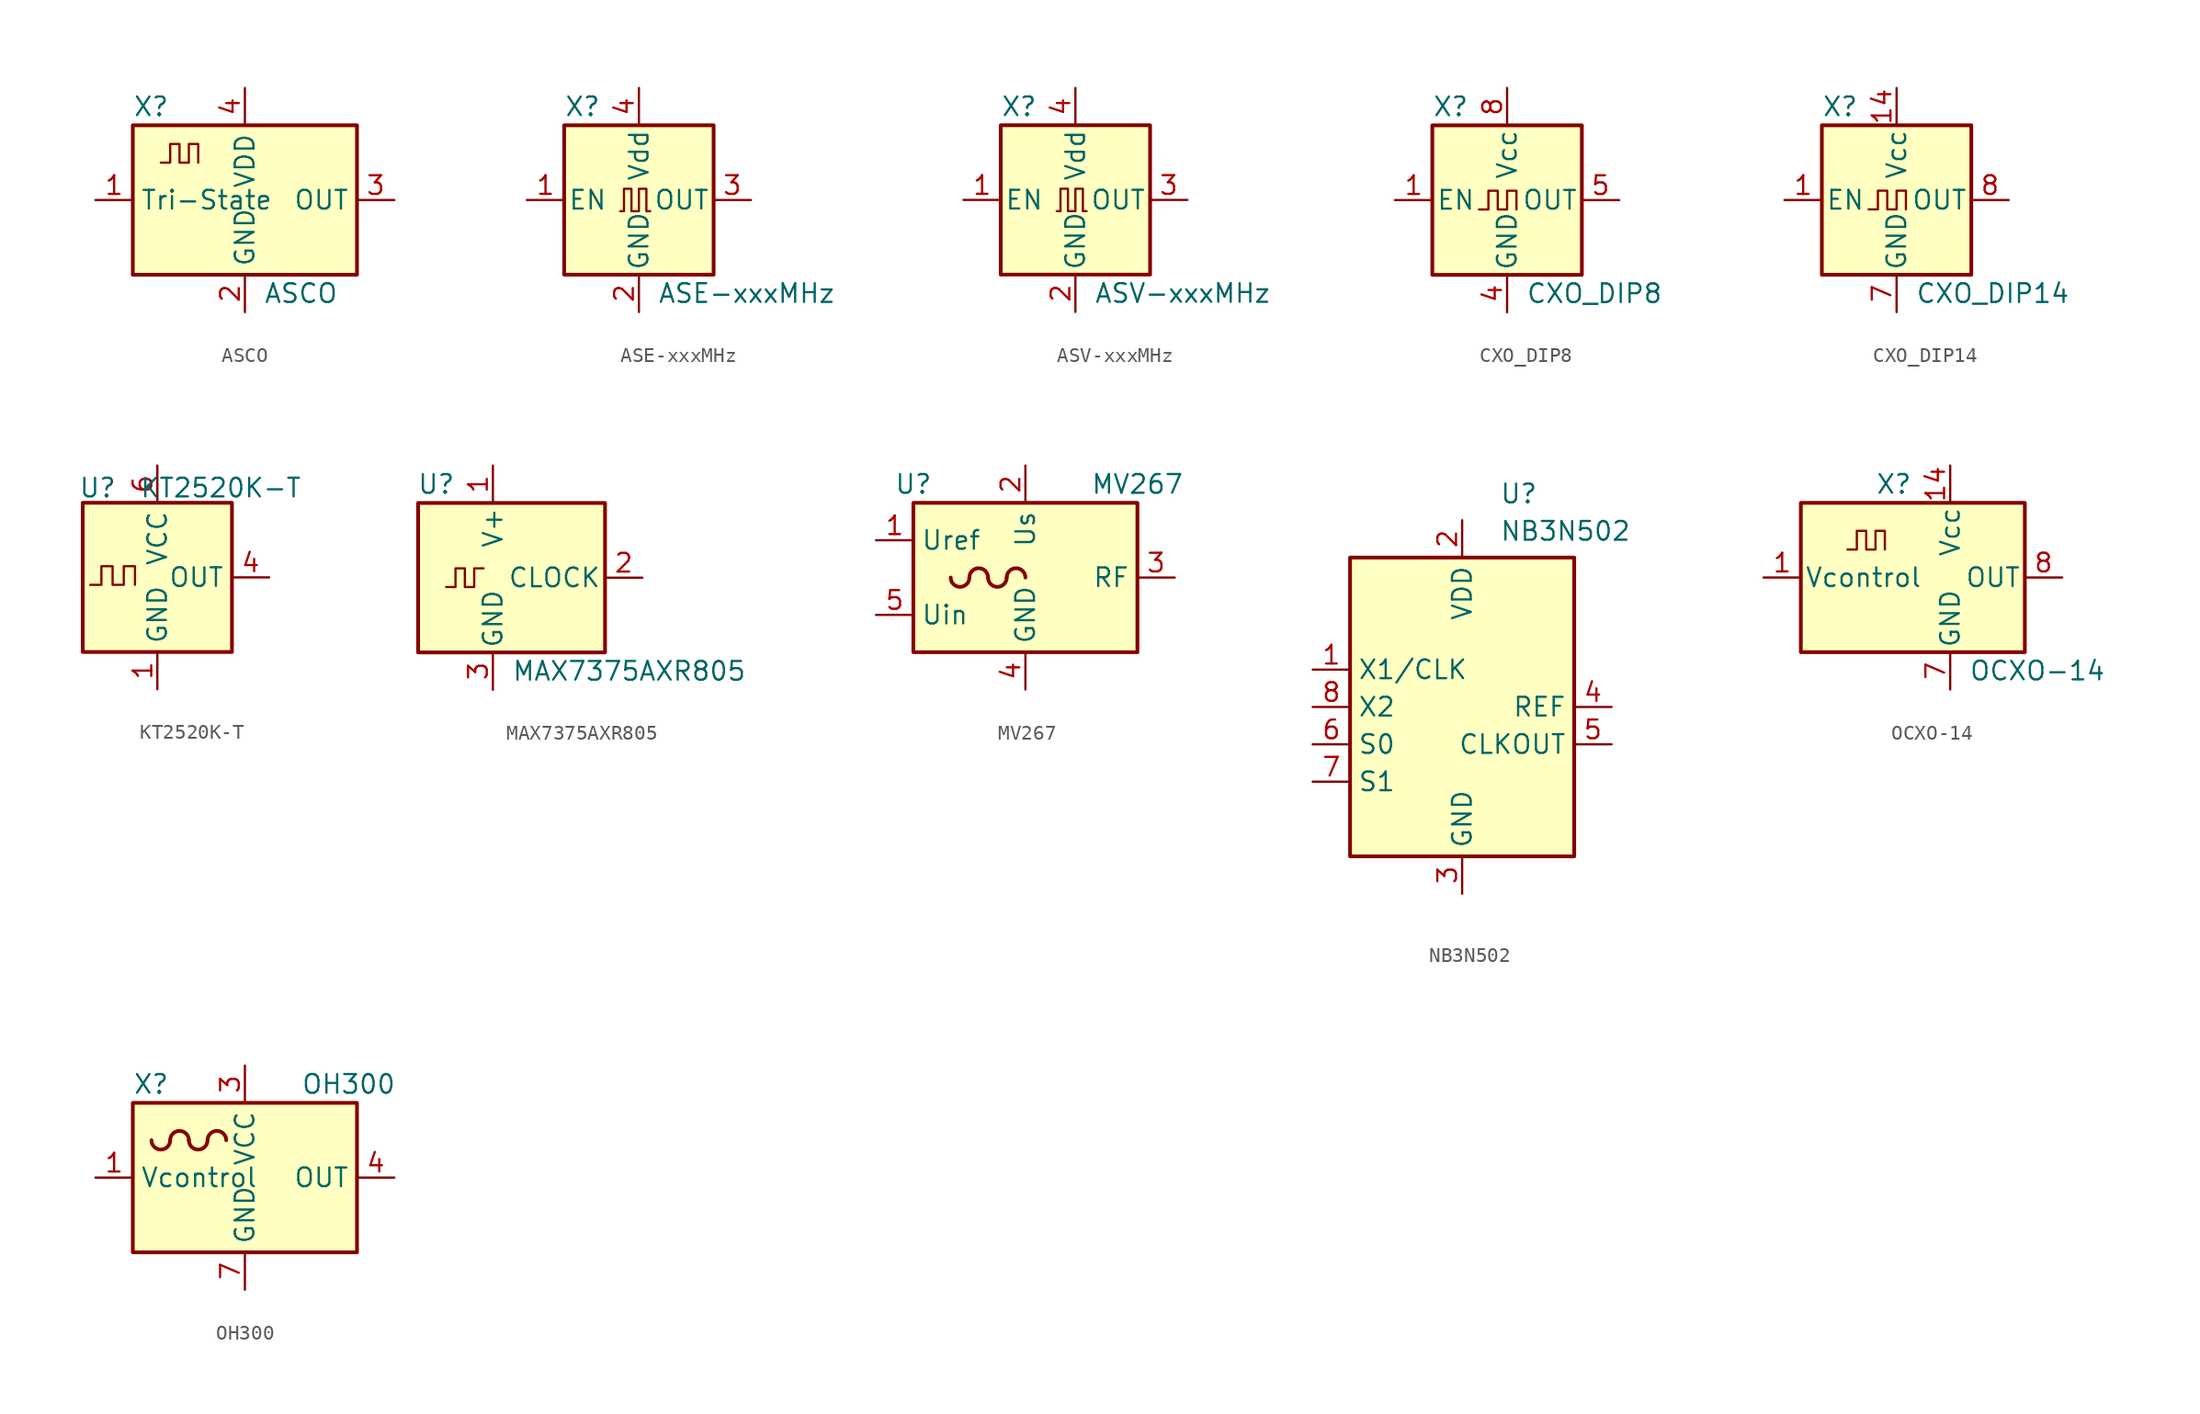
<source format=kicad_sym>
(kicad_symbol_lib
  (version 20211014)
  (generator kicad_symbol_editor)
  (symbol "ASCO"
    (property "Reference" "X"
      (at -7.62 6.35 0)
      (effects (font (size 1.27 1.27)) (justify left)))
    (property "Value" "ASCO"
      (at 1.27 -6.35 0)
      (effects (font (size 1.27 1.27)) (justify left)))
    (symbol "ASCO_0_1"
      (rectangle (start -7.62 5.08) (end 7.62 -5.08) (stroke (width 0.254) (type default) (color 0 0 0 0)) (fill (type background)))
      (polyline (pts (xy -5.715 2.54) (xy -5.08 2.54) (xy -5.08 3.81) (xy -4.445 3.81) (xy -4.445 2.54) (xy -3.81 2.54) (xy -3.81 3.81) (xy -3.175 3.81) (xy -3.175 2.54)) (stroke (width 0) (type default) (color 0 0 0 0)) (fill (type none))))
    (symbol "ASCO_1_1"
      (pin input line (at -10.16 0 0) (length 2.54) (name "Tri-State" (effects (font (size 1.27 1.27)))) (number "1" (effects (font (size 1.27 1.27)))))
      (pin power_in line (at 0 -7.62 90) (length 2.54) (name "GND" (effects (font (size 1.27 1.27)))) (number "2" (effects (font (size 1.27 1.27)))))
      (pin output line (at 10.16 0 180) (length 2.54) (name "OUT" (effects (font (size 1.27 1.27)))) (number "3" (effects (font (size 1.27 1.27)))))
      (pin power_in line (at 0 7.62 270) (length 2.54) (name "VDD" (effects (font (size 1.27 1.27)))) (number "4" (effects (font (size 1.27 1.27)))))))
  (symbol "ASE-xxxMHz"
    (pin_names
      (offset 0.254))
    (property "Reference" "X"
      (at -5.08 6.35 0)
      (effects (font (size 1.27 1.27)) (justify left)))
    (property "Value" "ASE-xxxMHz"
      (at 1.27 -6.35 0)
      (effects (font (size 1.27 1.27)) (justify left)))
    (symbol "ASE-xxxMHz_0_1"
      (rectangle (start -5.08 5.08) (end 5.08 -5.08) (stroke (width 0.254) (type default) (color 0 0 0 0)) (fill (type background)))
      (polyline (pts (xy -1.27 -0.762) (xy -1.016 -0.762) (xy -1.016 0.762) (xy -0.508 0.762) (xy -0.508 -0.762) (xy 0 -0.762) (xy 0 0.762) (xy 0.508 0.762) (xy 0.508 -0.762) (xy 0.762 -0.762)) (stroke (width 0) (type default) (color 0 0 0 0)) (fill (type none))))
    (symbol "ASE-xxxMHz_1_1"
      (pin input line (at -7.62 0 0) (length 2.54) (name "EN" (effects (font (size 1.27 1.27)))) (number "1" (effects (font (size 1.27 1.27)))))
      (pin power_in line (at 0 -7.62 90) (length 2.54) (name "GND" (effects (font (size 1.27 1.27)))) (number "2" (effects (font (size 1.27 1.27)))))
      (pin output line (at 7.62 0 180) (length 2.54) (name "OUT" (effects (font (size 1.27 1.27)))) (number "3" (effects (font (size 1.27 1.27)))))
      (pin power_in line (at 0 7.62 270) (length 2.54) (name "Vdd" (effects (font (size 1.27 1.27)))) (number "4" (effects (font (size 1.27 1.27)))))))
  (symbol "ASV-xxxMHz"
    (pin_names
      (offset 0.254))
    (property "Reference" "X"
      (at -5.08 6.35 0)
      (effects (font (size 1.27 1.27)) (justify left)))
    (property "Value" "ASV-xxxMHz"
      (at 1.27 -6.35 0)
      (effects (font (size 1.27 1.27)) (justify left)))
    (symbol "ASV-xxxMHz_0_1"
      (rectangle (start -5.08 5.08) (end 5.08 -5.08) (stroke (width 0.254) (type default) (color 0 0 0 0)) (fill (type background)))
      (polyline (pts (xy -1.27 -0.762) (xy -1.016 -0.762) (xy -1.016 0.762) (xy -0.508 0.762) (xy -0.508 -0.762) (xy 0 -0.762) (xy 0 0.762) (xy 0.508 0.762) (xy 0.508 -0.762) (xy 0.762 -0.762)) (stroke (width 0) (type default) (color 0 0 0 0)) (fill (type none))))
    (symbol "ASV-xxxMHz_1_1"
      (pin input line (at -7.62 0 0) (length 2.54) (name "EN" (effects (font (size 1.27 1.27)))) (number "1" (effects (font (size 1.27 1.27)))))
      (pin power_in line (at 0 -7.62 90) (length 2.54) (name "GND" (effects (font (size 1.27 1.27)))) (number "2" (effects (font (size 1.27 1.27)))))
      (pin output line (at 7.62 0 180) (length 2.54) (name "OUT" (effects (font (size 1.27 1.27)))) (number "3" (effects (font (size 1.27 1.27)))))
      (pin power_in line (at 0 7.62 270) (length 2.54) (name "Vdd" (effects (font (size 1.27 1.27)))) (number "4" (effects (font (size 1.27 1.27)))))))
  (symbol "CXO_DIP8"
    (pin_names
      (offset 0.254))
    (property "Reference" "X"
      (at -5.08 6.35 0)
      (effects (font (size 1.27 1.27)) (justify left)))
    (property "Value" "CXO_DIP8"
      (at 1.27 -6.35 0)
      (effects (font (size 1.27 1.27)) (justify left)))
    (symbol "CXO_DIP8_0_1"
      (rectangle (start -5.08 5.08) (end 5.08 -5.08) (stroke (width 0.254) (type default) (color 0 0 0 0)) (fill (type background)))
      (polyline (pts (xy -1.905 -0.635) (xy -1.27 -0.635) (xy -1.27 0.635) (xy -0.635 0.635) (xy -0.635 -0.635) (xy 0 -0.635) (xy 0 0.635) (xy 0.635 0.635) (xy 0.635 -0.635)) (stroke (width 0) (type default) (color 0 0 0 0)) (fill (type none))))
    (symbol "CXO_DIP8_1_1"
      (pin input line (at -7.62 0 0) (length 2.54) (name "EN" (effects (font (size 1.27 1.27)))) (number "1" (effects (font (size 1.27 1.27)))))
      (pin power_in line (at 0 -7.62 90) (length 2.54) (name "GND" (effects (font (size 1.27 1.27)))) (number "4" (effects (font (size 1.27 1.27)))))
      (pin output line (at 7.62 0 180) (length 2.54) (name "OUT" (effects (font (size 1.27 1.27)))) (number "5" (effects (font (size 1.27 1.27)))))
      (pin power_in line (at 0 7.62 270) (length 2.54) (name "Vcc" (effects (font (size 1.27 1.27)))) (number "8" (effects (font (size 1.27 1.27)))))))
  (symbol "CXO_DIP14"
    (pin_names
      (offset 0.254))
    (property "Reference" "X"
      (at -5.08 6.35 0)
      (effects (font (size 1.27 1.27)) (justify left)))
    (property "Value" "CXO_DIP14"
      (at 1.27 -6.35 0)
      (effects (font (size 1.27 1.27)) (justify left)))
    (symbol "CXO_DIP14_0_1"
      (rectangle (start -5.08 5.08) (end 5.08 -5.08) (stroke (width 0.254) (type default) (color 0 0 0 0)) (fill (type background)))
      (polyline (pts (xy -1.905 -0.635) (xy -1.27 -0.635) (xy -1.27 0.635) (xy -0.635 0.635) (xy -0.635 -0.635) (xy 0 -0.635) (xy 0 0.635) (xy 0.635 0.635) (xy 0.635 -0.635)) (stroke (width 0) (type default) (color 0 0 0 0)) (fill (type none))))
    (symbol "CXO_DIP14_1_1"
      (pin input line (at -7.62 0 0) (length 2.54) (name "EN" (effects (font (size 1.27 1.27)))) (number "1" (effects (font (size 1.27 1.27)))))
      (pin power_in line (at 0 7.62 270) (length 2.54) (name "Vcc" (effects (font (size 1.27 1.27)))) (number "14" (effects (font (size 1.27 1.27)))))
      (pin power_in line (at 0 -7.62 90) (length 2.54) (name "GND" (effects (font (size 1.27 1.27)))) (number "7" (effects (font (size 1.27 1.27)))))
      (pin output line (at 7.62 0 180) (length 2.54) (name "OUT" (effects (font (size 1.27 1.27)))) (number "8" (effects (font (size 1.27 1.27)))))))
  (symbol "KT2520K-T"
    (property "Reference" "U"
      (at -4.064 6.096 0)
      (effects (font (size 1.27 1.27))))
    (property "Value" "KT2520K-T"
      (at 4.318 6.096 0)
      (effects (font (size 1.27 1.27))))
    (symbol "KT2520K-T_0_1"
      (rectangle (start -5.08 5.08) (end 5.08 -5.08) (stroke (width 0.254) (type default) (color 0 0 0 0)) (fill (type background)))
      (polyline (pts (xy -4.572 -0.508) (xy -3.81 -0.508) (xy -3.81 0.762) (xy -3.048 0.762) (xy -3.048 -0.508) (xy -2.286 -0.508) (xy -2.286 0.762) (xy -1.524 0.762) (xy -1.524 -0.508)) (stroke (width 0) (type default) (color 0 0 0 0)) (fill (type none))))
    (symbol "KT2520K-T_1_1"
      (pin power_in line (at 0 -7.62 90) (length 2.54) (name "GND" (effects (font (size 1.27 1.27)))) (number "1" (effects (font (size 1.27 1.27)))))
      (pin no_connect line (at -5.08 2.54 0) (length 2.54) hide (name "NC" (effects (font (size 1.27 1.27)))) (number "2" (effects (font (size 1.27 1.27)))))
      (pin passive line (at 0 -7.62 90) (length 2.54) hide (name "GND" (effects (font (size 1.27 1.27)))) (number "3" (effects (font (size 1.27 1.27)))))
      (pin output line (at 7.62 0 180) (length 2.54) (name "OUT" (effects (font (size 1.27 1.27)))) (number "4" (effects (font (size 1.27 1.27)))))
      (pin no_connect line (at -5.08 -2.54 0) (length 2.54) hide (name "NC" (effects (font (size 1.27 1.27)))) (number "5" (effects (font (size 1.27 1.27)))))
      (pin power_in line (at 0 7.62 270) (length 2.54) (name "VCC" (effects (font (size 1.27 1.27)))) (number "6" (effects (font (size 1.27 1.27)))))))
  (symbol "MAX7375AXR805"
    (pin_names
      (offset 0.254))
    (property "Reference" "U"
      (at -2.54 6.35 0)
      (effects (font (size 1.27 1.27)) (justify right)))
    (property "Value" "MAX7375AXR805"
      (at 1.27 -6.35 0)
      (effects (font (size 1.27 1.27)) (justify left)))
    (symbol "MAX7375AXR805_0_1"
      (rectangle (start -5.08 5.08) (end 7.62 -5.08) (stroke (width 0.254) (type default) (color 0 0 0 0)) (fill (type background)))
      (polyline (pts (xy -3.175 -0.635) (xy -2.54 -0.635) (xy -2.54 0.635) (xy -1.905 0.635) (xy -1.905 -0.635) (xy -1.27 -0.635) (xy -1.27 0.635) (xy -0.635 0.635)) (stroke (width 0) (type default) (color 0 0 0 0)) (fill (type none))))
    (symbol "MAX7375AXR805_1_1"
      (pin power_in line (at 0 7.62 270) (length 2.54) (name "V+" (effects (font (size 1.27 1.27)))) (number "1" (effects (font (size 1.27 1.27)))))
      (pin output line (at 10.16 0 180) (length 2.54) (name "CLOCK" (effects (font (size 1.27 1.27)))) (number "2" (effects (font (size 1.27 1.27)))))
      (pin power_in line (at 0 -7.62 90) (length 2.54) (name "GND" (effects (font (size 1.27 1.27)))) (number "3" (effects (font (size 1.27 1.27)))))))
  (symbol "MV267"
    (property "Reference" "U"
      (at -7.62 6.35 0)
      (effects (font (size 1.27 1.27))))
    (property "Value" "MV267"
      (at 7.62 6.35 0)
      (effects (font (size 1.27 1.27))))
    (symbol "MV267_0_1"
      (rectangle (start -7.62 5.08) (end 7.62 -5.08) (stroke (width 0.254) (type default) (color 0 0 0 0)) (fill (type background)))
      (arc (start -5.08 0) (mid -4.445 -0.635) (end -3.81 0) (stroke (width 0.254) (type default) (color 0 0 0 0)) (fill (type none)))
      (arc (start -2.54 0) (mid -3.175 0.635) (end -3.81 0) (stroke (width 0.254) (type default) (color 0 0 0 0)) (fill (type none)))
      (arc (start -2.54 0) (mid -1.905 -0.635) (end -1.27 0) (stroke (width 0.254) (type default) (color 0 0 0 0)) (fill (type none)))
      (arc (start 0 0) (mid -0.635 0.635) (end -1.27 0) (stroke (width 0.254) (type default) (color 0 0 0 0)) (fill (type none))))
    (symbol "MV267_1_1"
      (pin output line (at -10.16 2.54 0) (length 2.54) (name "Uref" (effects (font (size 1.27 1.27)))) (number "1" (effects (font (size 1.27 1.27)))))
      (pin power_in line (at 0 7.62 270) (length 2.54) (name "Us" (effects (font (size 1.27 1.27)))) (number "2" (effects (font (size 1.27 1.27)))))
      (pin output line (at 10.16 0 180) (length 2.54) (name "RF" (effects (font (size 1.27 1.27)))) (number "3" (effects (font (size 1.27 1.27)))))
      (pin power_in line (at 0 -7.62 90) (length 2.54) (name "GND" (effects (font (size 1.27 1.27)))) (number "4" (effects (font (size 1.27 1.27)))))
      (pin input line (at -10.16 -2.54 0) (length 2.54) (name "Uin" (effects (font (size 1.27 1.27)))) (number "5" (effects (font (size 1.27 1.27)))))))
  (symbol "NB3N502"
    (property "Reference" "U"
      (at 2.54 15.24 0)
      (effects (font (size 1.27 1.27)) (justify left top)))
    (property "Value" "NB3N502"
      (at 2.54 12.7 0)
      (effects (font (size 1.27 1.27)) (justify left top)))
    (symbol "NB3N502_0_1"
      (rectangle (start -7.62 10.16) (end 7.62 -10.16) (stroke (width 0.254) (type default) (color 0 0 0 0)) (fill (type background))))
    (symbol "NB3N502_1_1"
      (pin input line (at -10.16 2.54 0) (length 2.54) (name "X1/CLK" (effects (font (size 1.27 1.27)))) (number "1" (effects (font (size 1.27 1.27)))))
      (pin power_in line (at 0 12.7 270) (length 2.54) (name "VDD" (effects (font (size 1.27 1.27)))) (number "2" (effects (font (size 1.27 1.27)))))
      (pin power_in line (at 0 -12.7 90) (length 2.54) (name "GND" (effects (font (size 1.27 1.27)))) (number "3" (effects (font (size 1.27 1.27)))))
      (pin output line (at 10.16 0 180) (length 2.54) (name "REF" (effects (font (size 1.27 1.27)))) (number "4" (effects (font (size 1.27 1.27)))))
      (pin output line (at 10.16 -2.54 180) (length 2.54) (name "CLKOUT" (effects (font (size 1.27 1.27)))) (number "5" (effects (font (size 1.27 1.27)))))
      (pin input line (at -10.16 -2.54 0) (length 2.54) (name "S0" (effects (font (size 1.27 1.27)))) (number "6" (effects (font (size 1.27 1.27)))))
      (pin input line (at -10.16 -5.08 0) (length 2.54) (name "S1" (effects (font (size 1.27 1.27)))) (number "7" (effects (font (size 1.27 1.27)))))
      (pin output line (at -10.16 0 0) (length 2.54) (name "X2" (effects (font (size 1.27 1.27)))) (number "8" (effects (font (size 1.27 1.27)))))))
  (symbol "OCXO-14"
    (pin_names
      (offset 0.254))
    (property "Reference" "X"
      (at -5.08 6.35 0)
      (effects (font (size 1.27 1.27)) (justify left)))
    (property "Value" "OCXO-14"
      (at 1.27 -6.35 0)
      (effects (font (size 1.27 1.27)) (justify left)))
    (symbol "OCXO-14_0_1"
      (rectangle (start -10.16 5.08) (end 5.08 -5.08) (stroke (width 0.254) (type default) (color 0 0 0 0)) (fill (type background)))
      (polyline (pts (xy -6.985 1.905) (xy -6.35 1.905) (xy -6.35 3.175) (xy -5.715 3.175) (xy -5.715 1.905) (xy -5.08 1.905) (xy -5.08 3.175) (xy -4.445 3.175) (xy -4.445 1.905)) (stroke (width 0) (type default) (color 0 0 0 0)) (fill (type none))))
    (symbol "OCXO-14_1_1"
      (pin input line (at -12.7 0 0) (length 2.54) (name "Vcontrol" (effects (font (size 1.27 1.27)))) (number "1" (effects (font (size 1.27 1.27)))))
      (pin power_in line (at 0 7.62 270) (length 2.54) (name "Vcc" (effects (font (size 1.27 1.27)))) (number "14" (effects (font (size 1.27 1.27)))))
      (pin power_in line (at 0 -7.62 90) (length 2.54) (name "GND" (effects (font (size 1.27 1.27)))) (number "7" (effects (font (size 1.27 1.27)))))
      (pin output line (at 7.62 0 180) (length 2.54) (name "OUT" (effects (font (size 1.27 1.27)))) (number "8" (effects (font (size 1.27 1.27)))))))
  (symbol "OH300"
    (property "Reference" "X"
      (at -7.62 6.35 0)
      (effects (font (size 1.27 1.27)) (justify left)))
    (property "Value" "OH300"
      (at 3.81 6.35 0)
      (effects (font (size 1.27 1.27)) (justify left)))
    (symbol "OH300_0_1"
      (rectangle (start -7.62 5.08) (end 7.62 -5.08) (stroke (width 0.254) (type default) (color 0 0 0 0)) (fill (type background)))
      (arc (start -6.35 2.54) (mid -5.715 1.905) (end -5.08 2.54) (stroke (width 0.254) (type default) (color 0 0 0 0)) (fill (type none)))
      (arc (start -3.81 2.54) (mid -4.445 3.175) (end -5.08 2.54) (stroke (width 0.254) (type default) (color 0 0 0 0)) (fill (type none)))
      (arc (start -3.81 2.54) (mid -3.175 1.905) (end -2.54 2.54) (stroke (width 0.254) (type default) (color 0 0 0 0)) (fill (type none)))
      (arc (start -1.27 2.54) (mid -1.905 3.175) (end -2.54 2.54) (stroke (width 0.254) (type default) (color 0 0 0 0)) (fill (type none))))
    (symbol "OH300_1_1"
      (pin input line (at -10.16 0 0) (length 2.54) (name "Vcontrol" (effects (font (size 1.27 1.27)))) (number "1" (effects (font (size 1.27 1.27)))))
      (pin no_connect line (at 2.54 -5.08 90) (length 2.54) hide (name "NC" (effects (font (size 1.27 1.27)))) (number "2" (effects (font (size 1.27 1.27)))))
      (pin power_in line (at 0 7.62 270) (length 2.54) (name "VCC" (effects (font (size 1.27 1.27)))) (number "3" (effects (font (size 1.27 1.27)))))
      (pin output line (at 10.16 0 180) (length 2.54) (name "OUT" (effects (font (size 1.27 1.27)))) (number "4" (effects (font (size 1.27 1.27)))))
      (pin no_connect line (at -2.54 -5.08 90) (length 2.54) hide (name "NC" (effects (font (size 1.27 1.27)))) (number "5" (effects (font (size 1.27 1.27)))))
      (pin no_connect line (at -5.08 -5.08 90) (length 2.54) hide (name "NC" (effects (font (size 1.27 1.27)))) (number "6" (effects (font (size 1.27 1.27)))))
      (pin power_in line (at 0 -7.62 90) (length 2.54) (name "GND" (effects (font (size 1.27 1.27)))) (number "7" (effects (font (size 1.27 1.27))))))))
</source>
